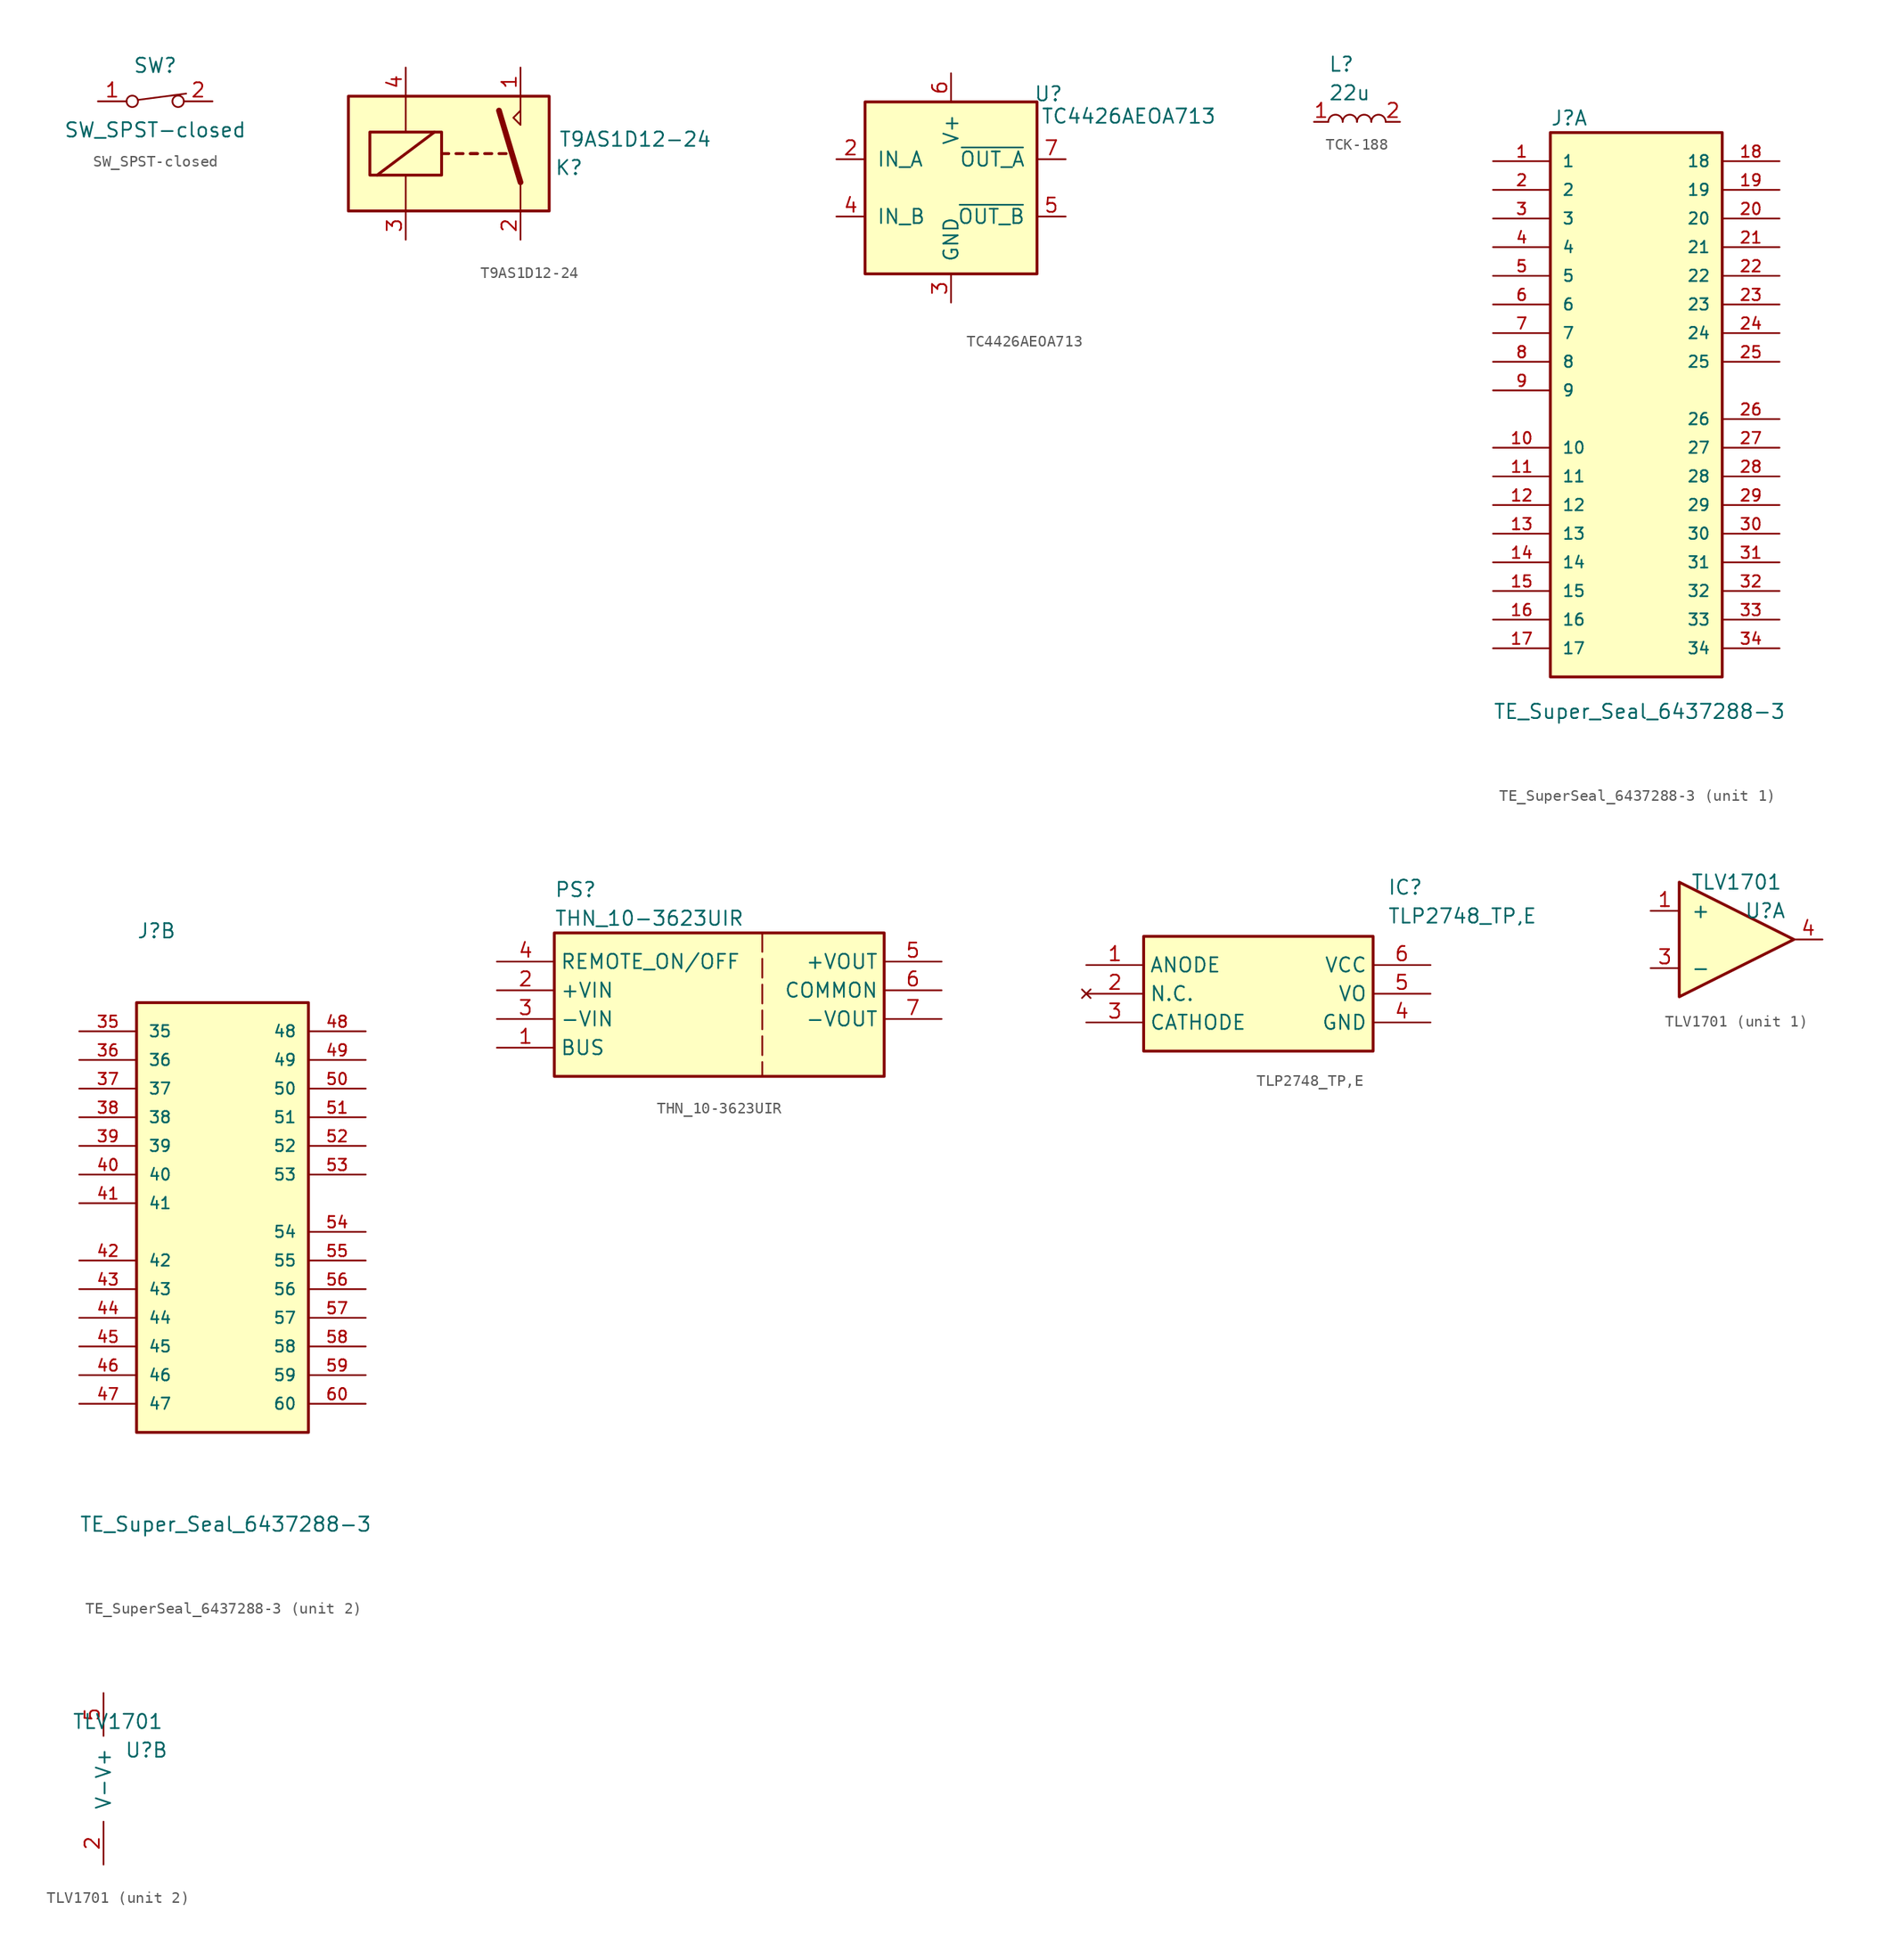
<source format=kicad_sym>
(kicad_symbol_lib
  (version 20241209)
  (generator "kicad_symbol_editor")
  (generator_version "9.0")
  (symbol "SW_SPST-closed"
    (pin_names
      (offset 0)
      (hide yes))
    (property "Reference" "SW"
      (at 0 3.175 0)
      (effects (font (size 1.27 1.27))))
    (property "Value" "SW_SPST-closed"
      (at 0 -2.54 0)
      (effects (font (size 1.27 1.27))))
    (symbol "SW_SPST-closed_0_0"
      (circle (center -2.032 0) (radius 0.508) (stroke (width 0) (type solid)) (fill (type none)))
      (circle (center 2.032 0) (radius 0.508) (stroke (width 0) (type solid)) (fill (type none))))
    (symbol "SW_SPST-closed_0_1"
      (polyline (pts (xy -1.524 0.127) (xy 2.743 0.686)) (stroke (width 0) (type solid)) (fill (type none))))
    (symbol "SW_SPST-closed_1_1"
      (pin passive line (at -5.08 0 0) (length 2.54) (name "A" (effects (font (size 1.27 1.27)))) (number "1" (effects (font (size 1.27 1.27)))))
      (pin passive line (at 5.08 0 180) (length 2.54) (name "B" (effects (font (size 1.27 1.27)))) (number "2" (effects (font (size 1.27 1.27)))))))
  (symbol "T9AS1D12-24"
    (pin_names
      (offset 1.016))
    (property "Reference" "K"
      (at 9.373 -1.245 0)
      (effects (font (size 1.27 1.27))))
    (property "Value" "T9AS1D12-24"
      (at 15.24 1.27 0)
      (effects (font (size 1.27 1.27))))
    (symbol "T9AS1D12-24_1_0"
      (polyline (pts (xy 5.08 3.81) (xy 5.08 5.08)) (stroke (width 0) (type solid)) (fill (type none)))
      (polyline (pts (xy 5.08 3.81) (xy 5.08 2.54) (xy 4.445 3.175) (xy 5.08 3.81)) (stroke (width 0) (type solid)) (fill (type none))))
    (symbol "T9AS1D12-24_1_1"
      (rectangle (start -10.16 5.08) (end 7.62 -5.08) (stroke (width 0.254) (type solid)) (fill (type background)))
      (rectangle (start -8.255 1.905) (end -1.905 -1.905) (stroke (width 0.254) (type solid)) (fill (type none)))
      (polyline (pts (xy -7.62 -1.905) (xy -2.54 1.905)) (stroke (width 0.254) (type solid)) (fill (type none)))
      (polyline (pts (xy -5.08 5.08) (xy -5.08 1.905)) (stroke (width 0) (type solid)) (fill (type none)))
      (polyline (pts (xy -5.08 -5.08) (xy -5.08 -1.905)) (stroke (width 0) (type solid)) (fill (type none)))
      (polyline (pts (xy -1.905 0) (xy -1.27 0)) (stroke (width 0.254) (type solid)) (fill (type none)))
      (polyline (pts (xy -0.635 0) (xy 0 0)) (stroke (width 0.254) (type solid)) (fill (type none)))
      (polyline (pts (xy 0.635 0) (xy 1.27 0)) (stroke (width 0.254) (type solid)) (fill (type none)))
      (polyline (pts (xy 0.635 0) (xy 1.27 0)) (stroke (width 0.254) (type solid)) (fill (type none)))
      (polyline (pts (xy 1.905 0) (xy 2.54 0)) (stroke (width 0.254) (type solid)) (fill (type none)))
      (polyline (pts (xy 3.175 0) (xy 3.81 0)) (stroke (width 0.254) (type solid)) (fill (type none)))
      (polyline (pts (xy 5.08 -2.54) (xy 3.175 3.81)) (stroke (width 0.508) (type solid)) (fill (type none)))
      (polyline (pts (xy 5.08 -2.54) (xy 5.08 -5.08)) (stroke (width 0) (type solid)) (fill (type none)))
      (pin passive line (at -5.08 7.62 270) (length 2.54) (name "~" (effects (font (size 1.27 1.27)))) (number "4" (effects (font (size 1.27 1.27)))))
      (pin passive line (at -5.08 -7.62 90) (length 2.54) (name "~" (effects (font (size 1.27 1.27)))) (number "3" (effects (font (size 1.27 1.27)))))
      (pin passive line (at 5.08 7.62 270) (length 2.54) (name "~" (effects (font (size 1.27 1.27)))) (number "1" (effects (font (size 1.27 1.27)))))
      (pin passive line (at 5.08 -7.62 90) (length 2.54) (name "~" (effects (font (size 1.27 1.27)))) (number "2" (effects (font (size 1.27 1.27)))))))
  (symbol "TC4426AEOA713"
    (pin_names
      (offset 1.016))
    (property "Reference" "U"
      (at 8.636 5.791 0)
      (effects (font (size 1.27 1.27))))
    (property "Value" "TC4426AEOA713"
      (at 15.748 3.81 0)
      (effects (font (size 1.27 1.27))))
    (symbol "TC4426AEOA713_1_1"
      (rectangle (start -7.62 -10.16) (end 7.62 5.08) (stroke (width 0.254) (type solid)) (fill (type background)))
      (pin input line (at -10.16 0 0) (length 2.54) (name "IN_A" (effects (font (size 1.27 1.27)))) (number "2" (effects (font (size 1.27 1.27)))))
      (pin input line (at -10.16 -5.08 0) (length 2.54) (name "IN_B" (effects (font (size 1.27 1.27)))) (number "4" (effects (font (size 1.27 1.27)))))
      (pin no_connect line (at -7.62 -2.54 0) (length 2.54) (hide yes) (name "NC" (effects (font (size 1.27 1.27)))) (number "1" (effects (font (size 1.27 1.27)))))
      (pin power_in line (at 0 7.62 270) (length 2.54) (name "V+" (effects (font (size 1.27 1.27)))) (number "6" (effects (font (size 1.27 1.27)))))
      (pin power_in line (at 0 -12.7 90) (length 2.54) (name "GND" (effects (font (size 1.27 1.27)))) (number "3" (effects (font (size 1.27 1.27)))))
      (pin no_connect line (at 7.62 -2.54 180) (length 2.54) (hide yes) (name "NC" (effects (font (size 1.27 1.27)))) (number "8" (effects (font (size 1.27 1.27)))))
      (pin output line (at 10.16 0 180) (length 2.54) (name "~{OUT_A}" (effects (font (size 1.27 1.27)))) (number "7" (effects (font (size 1.27 1.27)))))
      (pin output line (at 10.16 -5.08 180) (length 2.54) (name "~{OUT_B}" (effects (font (size 1.27 1.27)))) (number "5" (effects (font (size 1.27 1.27)))))))
  (symbol "TCK-188"
    (pin_names
      (hide yes))
    (property "Reference" "L"
      (at -6.35 5.842 0)
      (effects (font (size 1.27 1.27)) (justify left top)))
    (property "Value" "22u"
      (at -6.35 3.302 0)
      (effects (font (size 1.27 1.27)) (justify left top)))
    (symbol "TCK-188_0_1"
      (arc (start -6.35 0) (mid -5.715 0.6323) (end -5.08 0) (stroke (width 0) (type default)) (fill (type none)))
      (arc (start -5.08 0) (mid -4.445 0.6323) (end -3.81 0) (stroke (width 0) (type default)) (fill (type none)))
      (arc (start -3.81 0) (mid -3.175 0.6323) (end -2.54 0) (stroke (width 0) (type default)) (fill (type none)))
      (arc (start -2.54 0) (mid -1.905 0.6323) (end -1.27 0) (stroke (width 0) (type default)) (fill (type none))))
    (symbol "TCK-188_1_1"
      (pin passive line (at -7.62 0 0) (length 1.27) (name "1" (effects (font (size 1.27 1.27)))) (number "1" (effects (font (size 1.27 1.27)))))
      (pin passive line (at 0 0 180) (length 1.27) (name "2" (effects (font (size 1.27 1.27)))) (number "2" (effects (font (size 1.27 1.27)))))))
  (symbol "TE_SuperSeal_6437288-3"
    (pin_names
      (offset 1.016))
    (property "Reference" "J"
      (at -7.62 25.933 0)
      (effects (font (size 1.27 1.27)) (justify left bottom)))
    (property "Value" "TE_Super_Seal_6437288-3"
      (at -12.7 -26.67 0)
      (effects (font (size 1.27 1.27)) (justify left bottom)))
    (property "ki_locked" ""
      (at 0 0 0)
      (effects (font (size 1.27 1.27))))
    (symbol "TE_SuperSeal_6437288-3_1_0"
      (rectangle (start -7.62 25.4) (end 7.62 -22.86) (stroke (width 0.254) (type solid)) (fill (type background)))
      (pin passive line (at -12.7 22.86 0) (length 5.08) (name "1" (effects (font (size 1.016 1.016)))) (number "1" (effects (font (size 1.016 1.016)))))
      (pin passive line (at -12.7 20.32 0) (length 5.08) (name "2" (effects (font (size 1.016 1.016)))) (number "2" (effects (font (size 1.016 1.016)))))
      (pin passive line (at -12.7 17.78 0) (length 5.08) (name "3" (effects (font (size 1.016 1.016)))) (number "3" (effects (font (size 1.016 1.016)))))
      (pin passive line (at -12.7 15.24 0) (length 5.08) (name "4" (effects (font (size 1.016 1.016)))) (number "4" (effects (font (size 1.016 1.016)))))
      (pin passive line (at -12.7 12.7 0) (length 5.08) (name "5" (effects (font (size 1.016 1.016)))) (number "5" (effects (font (size 1.016 1.016)))))
      (pin passive line (at -12.7 10.16 0) (length 5.08) (name "6" (effects (font (size 1.016 1.016)))) (number "6" (effects (font (size 1.016 1.016)))))
      (pin passive line (at -12.7 7.62 0) (length 5.08) (name "7" (effects (font (size 1.016 1.016)))) (number "7" (effects (font (size 1.016 1.016)))))
      (pin passive line (at -12.7 5.08 0) (length 5.08) (name "8" (effects (font (size 1.016 1.016)))) (number "8" (effects (font (size 1.016 1.016)))))
      (pin passive line (at -12.7 2.54 0) (length 5.08) (name "9" (effects (font (size 1.016 1.016)))) (number "9" (effects (font (size 1.016 1.016)))))
      (pin passive line (at -12.7 -2.54 0) (length 5.08) (name "10" (effects (font (size 1.016 1.016)))) (number "10" (effects (font (size 1.016 1.016)))))
      (pin passive line (at -12.7 -5.08 0) (length 5.08) (name "11" (effects (font (size 1.016 1.016)))) (number "11" (effects (font (size 1.016 1.016)))))
      (pin passive line (at -12.7 -7.62 0) (length 5.08) (name "12" (effects (font (size 1.016 1.016)))) (number "12" (effects (font (size 1.016 1.016)))))
      (pin passive line (at -12.7 -10.16 0) (length 5.08) (name "13" (effects (font (size 1.016 1.016)))) (number "13" (effects (font (size 1.016 1.016)))))
      (pin passive line (at -12.7 -12.7 0) (length 5.08) (name "14" (effects (font (size 1.016 1.016)))) (number "14" (effects (font (size 1.016 1.016)))))
      (pin passive line (at -12.7 -15.24 0) (length 5.08) (name "15" (effects (font (size 1.016 1.016)))) (number "15" (effects (font (size 1.016 1.016)))))
      (pin passive line (at -12.7 -17.78 0) (length 5.08) (name "16" (effects (font (size 1.016 1.016)))) (number "16" (effects (font (size 1.016 1.016)))))
      (pin passive line (at -12.7 -20.32 0) (length 5.08) (name "17" (effects (font (size 1.016 1.016)))) (number "17" (effects (font (size 1.016 1.016)))))
      (pin passive line (at 12.7 22.86 180) (length 5.08) (name "18" (effects (font (size 1.016 1.016)))) (number "18" (effects (font (size 1.016 1.016)))))
      (pin passive line (at 12.7 20.32 180) (length 5.08) (name "19" (effects (font (size 1.016 1.016)))) (number "19" (effects (font (size 1.016 1.016)))))
      (pin passive line (at 12.7 17.78 180) (length 5.08) (name "20" (effects (font (size 1.016 1.016)))) (number "20" (effects (font (size 1.016 1.016)))))
      (pin passive line (at 12.7 15.24 180) (length 5.08) (name "21" (effects (font (size 1.016 1.016)))) (number "21" (effects (font (size 1.016 1.016)))))
      (pin passive line (at 12.7 12.7 180) (length 5.08) (name "22" (effects (font (size 1.016 1.016)))) (number "22" (effects (font (size 1.016 1.016)))))
      (pin passive line (at 12.7 10.16 180) (length 5.08) (name "23" (effects (font (size 1.016 1.016)))) (number "23" (effects (font (size 1.016 1.016)))))
      (pin passive line (at 12.7 7.62 180) (length 5.08) (name "24" (effects (font (size 1.016 1.016)))) (number "24" (effects (font (size 1.016 1.016)))))
      (pin passive line (at 12.7 5.08 180) (length 5.08) (name "25" (effects (font (size 1.016 1.016)))) (number "25" (effects (font (size 1.016 1.016)))))
      (pin passive line (at 12.7 0 180) (length 5.08) (name "26" (effects (font (size 1.016 1.016)))) (number "26" (effects (font (size 1.016 1.016)))))
      (pin passive line (at 12.7 -2.54 180) (length 5.08) (name "27" (effects (font (size 1.016 1.016)))) (number "27" (effects (font (size 1.016 1.016)))))
      (pin passive line (at 12.7 -5.08 180) (length 5.08) (name "28" (effects (font (size 1.016 1.016)))) (number "28" (effects (font (size 1.016 1.016)))))
      (pin passive line (at 12.7 -7.62 180) (length 5.08) (name "29" (effects (font (size 1.016 1.016)))) (number "29" (effects (font (size 1.016 1.016)))))
      (pin passive line (at 12.7 -10.16 180) (length 5.08) (name "30" (effects (font (size 1.016 1.016)))) (number "30" (effects (font (size 1.016 1.016)))))
      (pin passive line (at 12.7 -12.7 180) (length 5.08) (name "31" (effects (font (size 1.016 1.016)))) (number "31" (effects (font (size 1.016 1.016)))))
      (pin passive line (at 12.7 -15.24 180) (length 5.08) (name "32" (effects (font (size 1.016 1.016)))) (number "32" (effects (font (size 1.016 1.016)))))
      (pin passive line (at 12.7 -17.78 180) (length 5.08) (name "33" (effects (font (size 1.016 1.016)))) (number "33" (effects (font (size 1.016 1.016)))))
      (pin passive line (at 12.7 -20.32 180) (length 5.08) (name "34" (effects (font (size 1.016 1.016)))) (number "34" (effects (font (size 1.016 1.016))))))
    (symbol "TE_SuperSeal_6437288-3_2_0"
      (rectangle (start -7.62 -17.78) (end 7.62 20.32) (stroke (width 0.254) (type solid)) (fill (type background)))
      (pin passive line (at -12.7 17.78 0) (length 5.08) (name "35" (effects (font (size 1.016 1.016)))) (number "35" (effects (font (size 1.016 1.016)))))
      (pin passive line (at -12.7 15.24 0) (length 5.08) (name "36" (effects (font (size 1.016 1.016)))) (number "36" (effects (font (size 1.016 1.016)))))
      (pin passive line (at -12.7 12.7 0) (length 5.08) (name "37" (effects (font (size 1.016 1.016)))) (number "37" (effects (font (size 1.016 1.016)))))
      (pin passive line (at -12.7 10.16 0) (length 5.08) (name "38" (effects (font (size 1.016 1.016)))) (number "38" (effects (font (size 1.016 1.016)))))
      (pin passive line (at -12.7 7.62 0) (length 5.08) (name "39" (effects (font (size 1.016 1.016)))) (number "39" (effects (font (size 1.016 1.016)))))
      (pin passive line (at -12.7 5.08 0) (length 5.08) (name "40" (effects (font (size 1.016 1.016)))) (number "40" (effects (font (size 1.016 1.016)))))
      (pin passive line (at -12.7 2.54 0) (length 5.08) (name "41" (effects (font (size 1.016 1.016)))) (number "41" (effects (font (size 1.016 1.016)))))
      (pin passive line (at -12.7 -2.54 0) (length 5.08) (name "42" (effects (font (size 1.016 1.016)))) (number "42" (effects (font (size 1.016 1.016)))))
      (pin passive line (at -12.7 -5.08 0) (length 5.08) (name "43" (effects (font (size 1.016 1.016)))) (number "43" (effects (font (size 1.016 1.016)))))
      (pin passive line (at -12.7 -7.62 0) (length 5.08) (name "44" (effects (font (size 1.016 1.016)))) (number "44" (effects (font (size 1.016 1.016)))))
      (pin passive line (at -12.7 -10.16 0) (length 5.08) (name "45" (effects (font (size 1.016 1.016)))) (number "45" (effects (font (size 1.016 1.016)))))
      (pin passive line (at -12.7 -12.7 0) (length 5.08) (name "46" (effects (font (size 1.016 1.016)))) (number "46" (effects (font (size 1.016 1.016)))))
      (pin passive line (at -12.7 -15.24 0) (length 5.08) (name "47" (effects (font (size 1.016 1.016)))) (number "47" (effects (font (size 1.016 1.016)))))
      (pin passive line (at 12.7 17.78 180) (length 5.08) (name "48" (effects (font (size 1.016 1.016)))) (number "48" (effects (font (size 1.016 1.016)))))
      (pin passive line (at 12.7 15.24 180) (length 5.08) (name "49" (effects (font (size 1.016 1.016)))) (number "49" (effects (font (size 1.016 1.016)))))
      (pin passive line (at 12.7 12.7 180) (length 5.08) (name "50" (effects (font (size 1.016 1.016)))) (number "50" (effects (font (size 1.016 1.016)))))
      (pin passive line (at 12.7 10.16 180) (length 5.08) (name "51" (effects (font (size 1.016 1.016)))) (number "51" (effects (font (size 1.016 1.016)))))
      (pin passive line (at 12.7 7.62 180) (length 5.08) (name "52" (effects (font (size 1.016 1.016)))) (number "52" (effects (font (size 1.016 1.016)))))
      (pin passive line (at 12.7 5.08 180) (length 5.08) (name "53" (effects (font (size 1.016 1.016)))) (number "53" (effects (font (size 1.016 1.016)))))
      (pin passive line (at 12.7 0 180) (length 5.08) (name "54" (effects (font (size 1.016 1.016)))) (number "54" (effects (font (size 1.016 1.016)))))
      (pin passive line (at 12.7 -2.54 180) (length 5.08) (name "55" (effects (font (size 1.016 1.016)))) (number "55" (effects (font (size 1.016 1.016)))))
      (pin passive line (at 12.7 -5.08 180) (length 5.08) (name "56" (effects (font (size 1.016 1.016)))) (number "56" (effects (font (size 1.016 1.016)))))
      (pin passive line (at 12.7 -7.62 180) (length 5.08) (name "57" (effects (font (size 1.016 1.016)))) (number "57" (effects (font (size 1.016 1.016)))))
      (pin passive line (at 12.7 -10.16 180) (length 5.08) (name "58" (effects (font (size 1.016 1.016)))) (number "58" (effects (font (size 1.016 1.016)))))
      (pin passive line (at 12.7 -12.7 180) (length 5.08) (name "59" (effects (font (size 1.016 1.016)))) (number "59" (effects (font (size 1.016 1.016)))))
      (pin passive line (at 12.7 -15.24 180) (length 5.08) (name "60" (effects (font (size 1.016 1.016)))) (number "60" (effects (font (size 1.016 1.016)))))))
  (symbol "THN_10-3623UIR"
    (property "Reference" "PS"
      (at -12.7 10.922 0)
      (effects (font (size 1.27 1.27)) (justify left top)))
    (property "Value" "THN_10-3623UIR"
      (at -12.7 8.382 0)
      (effects (font (size 1.27 1.27)) (justify left top)))
    (symbol "THN_10-3623UIR_1_1"
      (rectangle (start -12.7 6.35) (end 16.51 -6.35) (stroke (width 0.254) (type default)) (fill (type background)))
      (polyline (pts (xy 5.715 6.35) (xy 5.715 -6.35)) (stroke (width 0) (type dash)) (fill (type none)))
      (pin input line (at -17.78 3.81 0) (length 5.08) (name "REMOTE_ON/OFF" (effects (font (size 1.27 1.27)))) (number "4" (effects (font (size 1.27 1.27)))))
      (pin power_in line (at -17.78 1.27 0) (length 5.08) (name "+VIN" (effects (font (size 1.27 1.27)))) (number "2" (effects (font (size 1.27 1.27)))))
      (pin power_in line (at -17.78 -1.27 0) (length 5.08) (name "-VIN" (effects (font (size 1.27 1.27)))) (number "3" (effects (font (size 1.27 1.27)))))
      (pin input line (at -17.78 -3.81 0) (length 5.08) (name "BUS" (effects (font (size 1.27 1.27)))) (number "1" (effects (font (size 1.27 1.27)))))
      (pin power_out line (at 21.59 3.81 180) (length 5.08) (name "+VOUT" (effects (font (size 1.27 1.27)))) (number "5" (effects (font (size 1.27 1.27)))))
      (pin power_out line (at 21.59 1.27 180) (length 5.08) (name "COMMON" (effects (font (size 1.27 1.27)))) (number "6" (effects (font (size 1.27 1.27)))))
      (pin power_out line (at 21.59 -1.27 180) (length 5.08) (name "-VOUT" (effects (font (size 1.27 1.27)))) (number "7" (effects (font (size 1.27 1.27)))))))
  (symbol "TLP2748_TP,E"
    (property "Reference" "IC"
      (at 26.67 7.62 0)
      (effects (font (size 1.27 1.27)) (justify left top)))
    (property "Value" "TLP2748_TP,E"
      (at 26.67 5.08 0)
      (effects (font (size 1.27 1.27)) (justify left top)))
    (symbol "TLP2748_TP,E_1_1"
      (rectangle (start 5.08 2.54) (end 25.4 -7.62) (stroke (width 0.254) (type default)) (fill (type background)))
      (pin passive line (at 0 0 0) (length 5.08) (name "ANODE" (effects (font (size 1.27 1.27)))) (number "1" (effects (font (size 1.27 1.27)))))
      (pin no_connect line (at 0 -2.54 0) (length 5.08) (name "N.C." (effects (font (size 1.27 1.27)))) (number "2" (effects (font (size 1.27 1.27)))))
      (pin passive line (at 0 -5.08 0) (length 5.08) (name "CATHODE" (effects (font (size 1.27 1.27)))) (number "3" (effects (font (size 1.27 1.27)))))
      (pin passive line (at 30.48 0 180) (length 5.08) (name "VCC" (effects (font (size 1.27 1.27)))) (number "6" (effects (font (size 1.27 1.27)))))
      (pin passive line (at 30.48 -2.54 180) (length 5.08) (name "VO" (effects (font (size 1.27 1.27)))) (number "5" (effects (font (size 1.27 1.27)))))
      (pin passive line (at 30.48 -5.08 180) (length 5.08) (name "GND" (effects (font (size 1.27 1.27)))) (number "4" (effects (font (size 1.27 1.27)))))))
  (symbol "TLV1701"
    (pin_names
      (offset 1.016))
    (property "Reference" "U"
      (at 3.81 2.54 0)
      (effects (font (size 1.27 1.27))))
    (property "Value" "TLV1701"
      (at 1.27 5.08 0)
      (effects (font (size 1.27 1.27))))
    (symbol "TLV1701_1_1"
      (polyline (pts (xy -3.81 5.08) (xy 6.35 0) (xy -3.81 -5.08) (xy -3.81 5.08)) (stroke (width 0.254) (type solid)) (fill (type background)))
      (pin input line (at -6.35 2.54 0) (length 2.54) (name "+" (effects (font (size 1.27 1.27)))) (number "1" (effects (font (size 1.27 1.27)))))
      (pin input line (at -6.35 -2.54 0) (length 2.54) (name "-" (effects (font (size 1.27 1.27)))) (number "3" (effects (font (size 1.27 1.27)))))
      (pin open_collector line (at 8.89 0 180) (length 2.54) (name "~" (effects (font (size 1.27 1.27)))) (number "4" (effects (font (size 1.27 1.27))))))
    (symbol "TLV1701_2_1"
      (pin power_in line (at 0 7.62 270) (length 3.81) (name "V+" (effects (font (size 1.27 1.27)))) (number "5" (effects (font (size 1.27 1.27)))))
      (pin power_in line (at 0 -7.62 90) (length 3.81) (name "V-" (effects (font (size 1.27 1.27)))) (number "2" (effects (font (size 1.27 1.27))))))))
</source>
